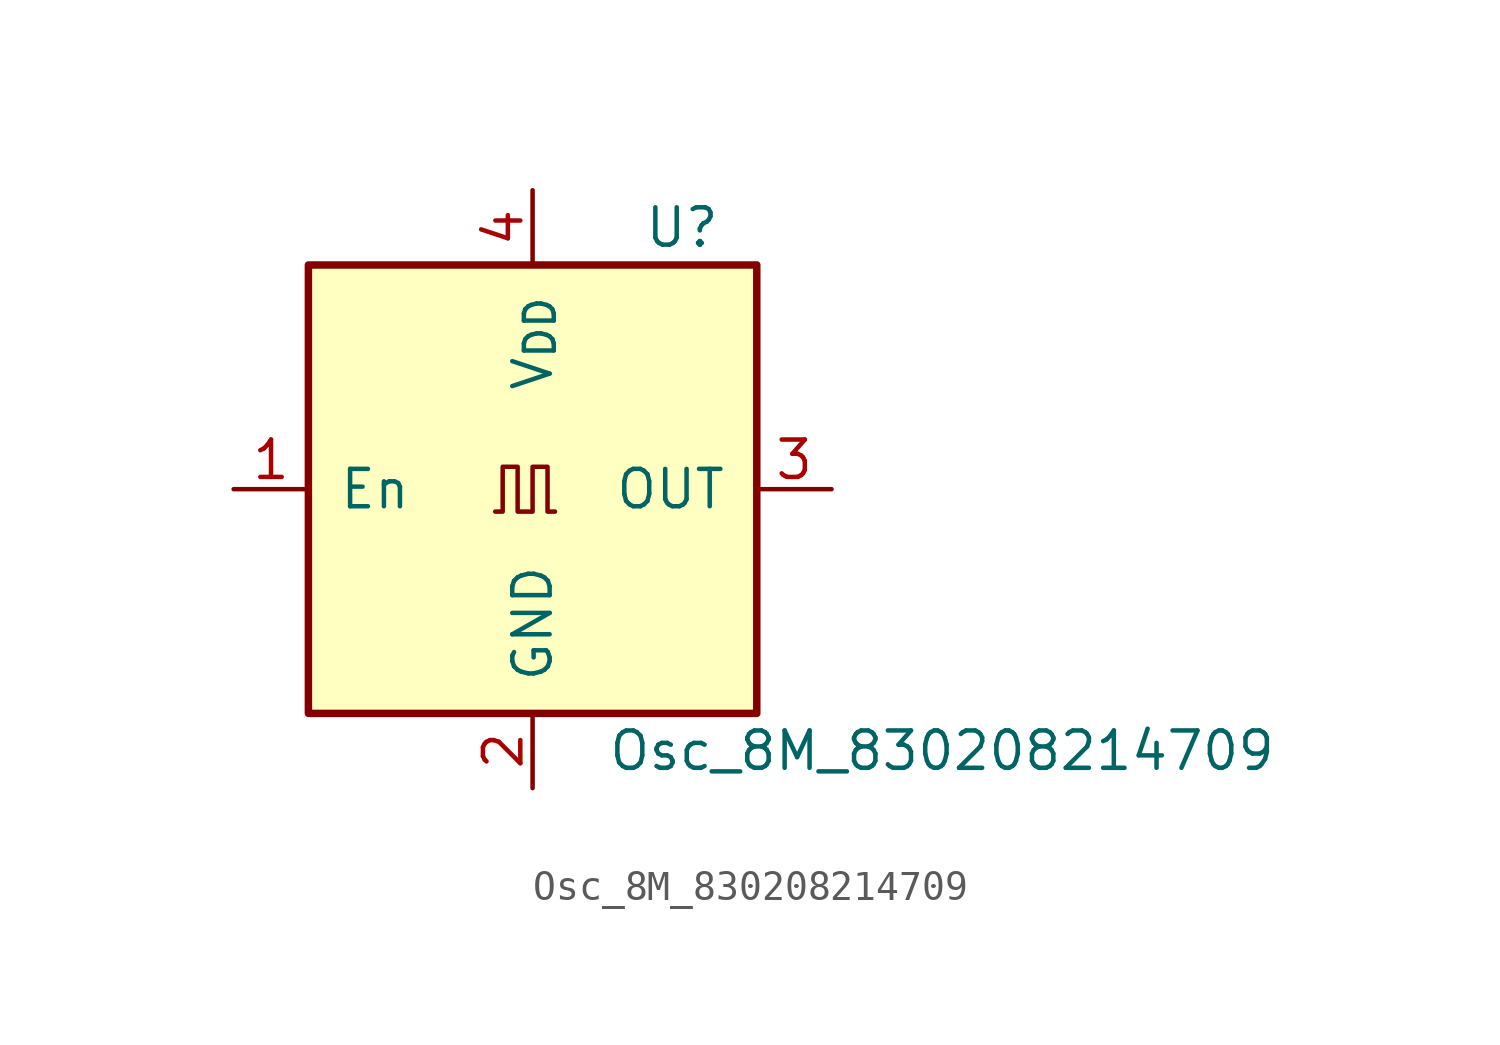
<source format=kicad_sym>
(kicad_symbol_lib
  (version 20211014)
  (generator kicad_symbol_editor)
  (symbol "Osc_8M_830208214709"
    (pin_names
      (offset 1.016))
    (property "Reference" "U"
      (at 5.08 8.89 0)
      (effects (font (size 1.27 1.27))))
    (property "Value" "Osc_8M_830208214709"
      (at 2.54 -8.89 0)
      (effects (font (size 1.27 1.27)) (justify left)))
    (symbol "Osc_8M_830208214709_1_1"
      (rectangle (start -7.62 7.62) (end 7.62 -7.62) (stroke (width 0.254) (type default) (color 0 0 0 0)) (fill (type background)))
      (polyline (pts (xy -1.27 -0.762) (xy -1.016 -0.762) (xy -1.016 0.762) (xy -0.508 0.762) (xy -0.508 -0.762) (xy 0 -0.762) (xy 0 0.762) (xy 0.508 0.762) (xy 0.508 -0.762) (xy 0.762 -0.762)) (stroke (width 0) (type default) (color 0 0 0 0)) (fill (type none)))
      (pin input line (at -10.16 0 0) (length 2.54) (name "En" (effects (font (size 1.27 1.27)))) (number "1" (effects (font (size 1.27 1.27)))))
      (pin power_in line (at 0 -10.16 90) (length 2.54) (name "GND" (effects (font (size 1.27 1.27)))) (number "2" (effects (font (size 1.27 1.27)))))
      (pin output line (at 10.16 0 180) (length 2.54) (name "OUT" (effects (font (size 1.27 1.27)))) (number "3" (effects (font (size 1.27 1.27)))))
      (pin power_in line (at 0 10.16 270) (length 2.54) (name "V_{DD}" (effects (font (size 1.27 1.27)))) (number "4" (effects (font (size 1.27 1.27))))))))
</source>
